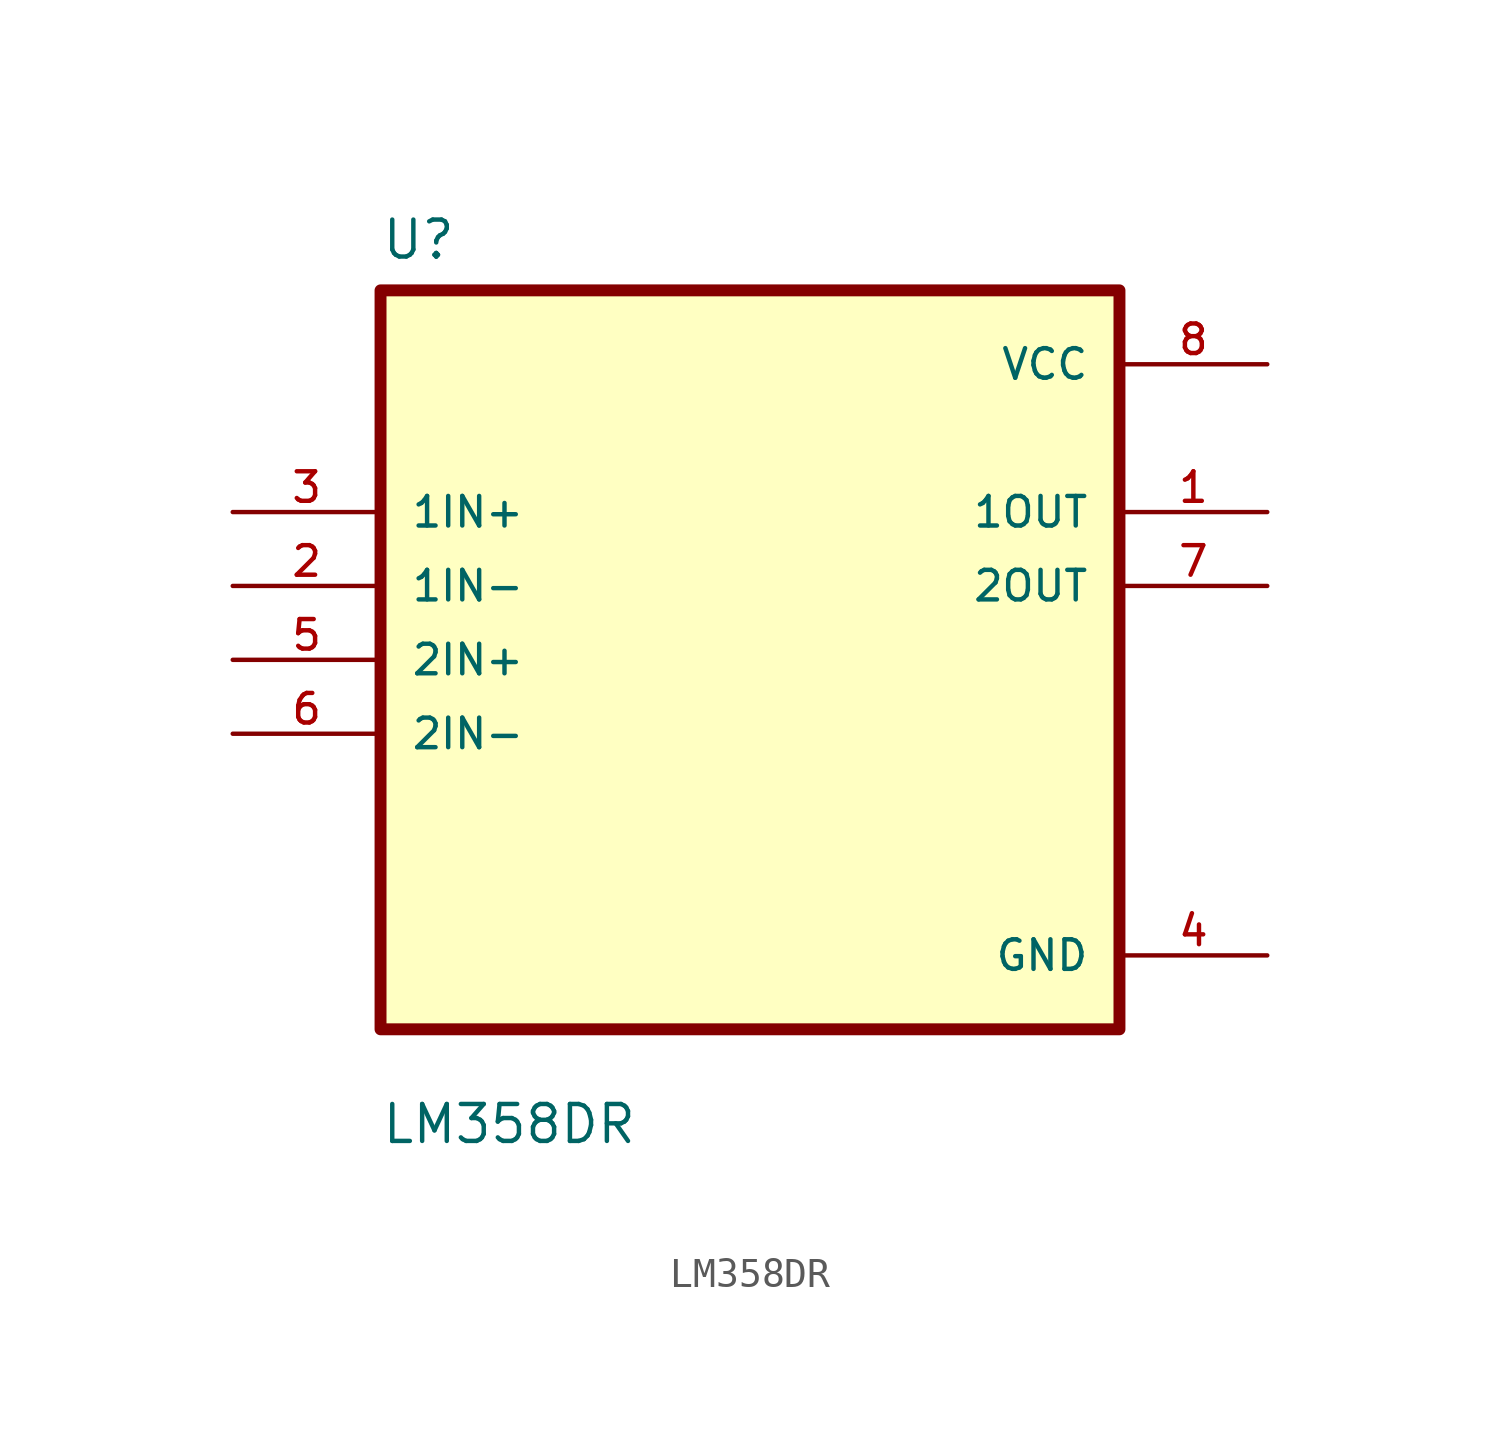
<source format=kicad_sym>
(kicad_symbol_lib
  (version 20211014)
  (generator kicad_symbol_editor)
  (symbol "LM358DR"
    (pin_names
      (offset 1.016))
    (property "Reference" "U"
      (at -12.7 13.7 0.0)
      (effects (font (size 1.27 1.27)) (justify bottom left)))
    (property "Value" "LM358DR"
      (at -12.7 -16.7 0.0)
      (effects (font (size 1.27 1.27)) (justify bottom left)))
    (symbol "LM358DR_0_0"
      (rectangle (start -12.7 -12.7) (end 12.7 12.7) (stroke (width 0.41)) (fill (type background)))
      (pin input line (at -17.78 5.08 0) (length 5.08) (name "1IN+" (effects (font (size 1.016 1.016)))) (number "3" (effects (font (size 1.016 1.016)))))
      (pin input line (at -17.78 2.54 0) (length 5.08) (name "1IN-" (effects (font (size 1.016 1.016)))) (number "2" (effects (font (size 1.016 1.016)))))
      (pin input line (at -17.78 -8.88178e-16 0) (length 5.08) (name "2IN+" (effects (font (size 1.016 1.016)))) (number "5" (effects (font (size 1.016 1.016)))))
      (pin input line (at -17.78 -2.54 0) (length 5.08) (name "2IN-" (effects (font (size 1.016 1.016)))) (number "6" (effects (font (size 1.016 1.016)))))
      (pin power_in line (at 17.78 10.16 180.0) (length 5.08) (name "VCC" (effects (font (size 1.016 1.016)))) (number "8" (effects (font (size 1.016 1.016)))))
      (pin output line (at 17.78 5.08 180.0) (length 5.08) (name "1OUT" (effects (font (size 1.016 1.016)))) (number "1" (effects (font (size 1.016 1.016)))))
      (pin output line (at 17.78 2.54 180.0) (length 5.08) (name "2OUT" (effects (font (size 1.016 1.016)))) (number "7" (effects (font (size 1.016 1.016)))))
      (pin power_in line (at 17.78 -10.16 180.0) (length 5.08) (name "GND" (effects (font (size 1.016 1.016)))) (number "4" (effects (font (size 1.016 1.016))))))))
</source>
